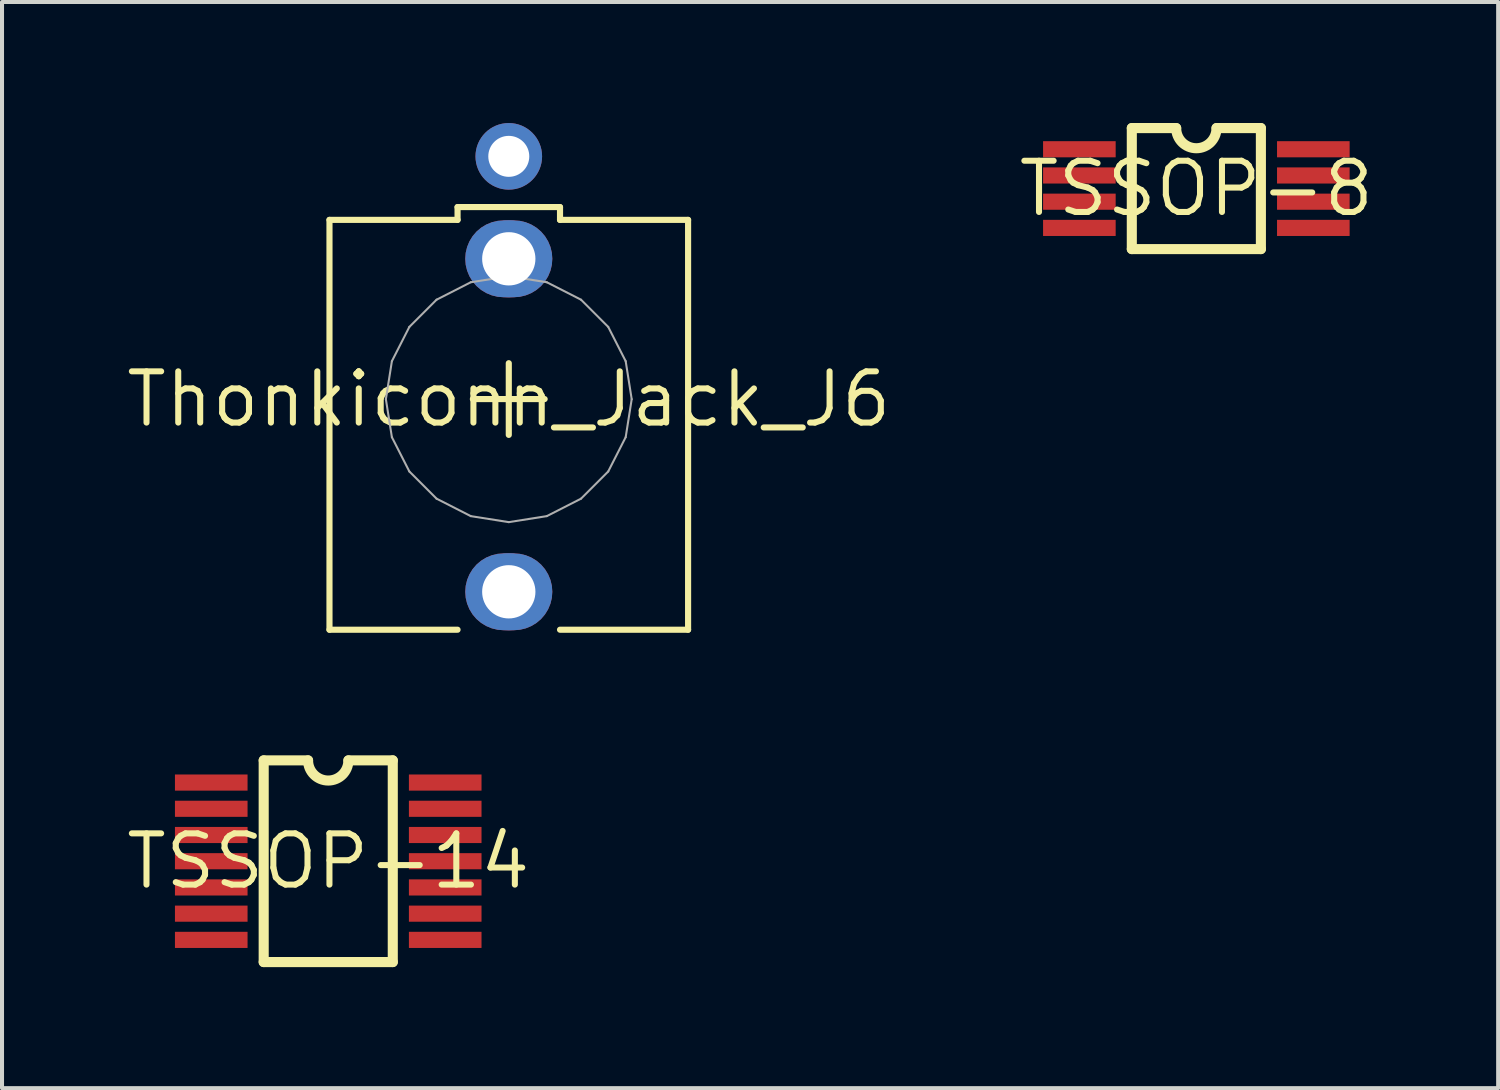
<source format=kicad_pcb>
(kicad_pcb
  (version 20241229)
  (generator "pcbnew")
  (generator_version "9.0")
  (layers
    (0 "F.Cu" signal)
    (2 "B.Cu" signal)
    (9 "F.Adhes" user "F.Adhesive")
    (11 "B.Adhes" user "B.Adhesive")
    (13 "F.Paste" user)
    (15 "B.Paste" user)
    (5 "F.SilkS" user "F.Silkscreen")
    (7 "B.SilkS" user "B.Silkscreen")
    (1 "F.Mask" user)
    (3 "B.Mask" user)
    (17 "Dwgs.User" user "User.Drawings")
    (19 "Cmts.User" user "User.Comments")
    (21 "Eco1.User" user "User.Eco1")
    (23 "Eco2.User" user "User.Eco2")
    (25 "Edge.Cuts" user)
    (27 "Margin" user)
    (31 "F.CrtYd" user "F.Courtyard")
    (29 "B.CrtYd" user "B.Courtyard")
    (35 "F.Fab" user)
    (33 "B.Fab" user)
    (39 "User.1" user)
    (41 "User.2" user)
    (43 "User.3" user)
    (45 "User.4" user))
  (footprint "TSSOP-8"
    (layer "F.Cu")
    (at 26.608 1.625)
    (property "Reference" "TSSOP-8" (at 0 0 0) (layer "F.SilkS") (effects (font (size 1.27 1.27) (thickness 0.15))))
    (fp_line (start -1.6 -1.5) (end -1.6 1.5) (stroke (width 0.25) (type solid)) (layer "F.SilkS"))
    (fp_line (start -1.6 -1.5) (end -0.5 -1.5) (stroke (width 0.25) (type solid)) (layer "F.SilkS"))
    (fp_line (start -1.6 1.5) (end 1.6 1.5) (stroke (width 0.25) (type solid)) (layer "F.SilkS"))
    (fp_line (start 0.5 -1.5) (end 1.6 -1.5) (stroke (width 0.25) (type solid)) (layer "F.SilkS"))
    (fp_line (start 1.6 -1.5) (end 1.6 1.5) (stroke (width 0.25) (type solid)) (layer "F.SilkS"))
    (fp_arc (start 0.5 -1.5) (mid 0 -0.99968) (end -0.5 -1.5) (stroke (width 0.25) (type solid)) (layer "F.SilkS"))
    (pad "1" smd rect (at -2.9 -0.975 90) (size 0.4 1.8) (layers "F.Cu" "F.Mask" "F.Paste"))
    (pad "2" smd rect (at -2.9 -0.325 90) (size 0.4 1.8) (layers "F.Cu" "F.Mask" "F.Paste"))
    (pad "3" smd rect (at -2.9 0.325 90) (size 0.4 1.8) (layers "F.Cu" "F.Mask" "F.Paste"))
    (pad "4" smd rect (at -2.9 0.975 90) (size 0.4 1.8) (layers "F.Cu" "F.Mask" "F.Paste"))
    (pad "5" smd rect (at 2.9 0.975 90) (size 0.4 1.8) (layers "F.Cu" "F.Mask" "F.Paste"))
    (pad "6" smd rect (at 2.9 0.325 90) (size 0.4 1.8) (layers "F.Cu" "F.Mask" "F.Paste"))
    (pad "7" smd rect (at 2.9 -0.325 90) (size 0.4 1.8) (layers "F.Cu" "F.Mask" "F.Paste"))
    (pad "8" smd rect (at 2.9 -0.975 90) (size 0.4 1.8) (layers "F.Cu" "F.Mask" "F.Paste")))
  (footprint "TSSOP-14"
    (layer "F.Cu")
    (at 5.087 18.3)
    (property "Reference" "TSSOP-14" (at 0 0 0) (layer "F.SilkS") (effects (font (size 1.27 1.27) (thickness 0.15))))
    (fp_line (start -1.6 -2.5) (end -1.6 2.5) (stroke (width 0.25) (type solid)) (layer "F.SilkS"))
    (fp_line (start -1.6 -2.5) (end -0.5 -2.5) (stroke (width 0.25) (type solid)) (layer "F.SilkS"))
    (fp_line (start -1.6 2.5) (end 1.6 2.5) (stroke (width 0.25) (type solid)) (layer "F.SilkS"))
    (fp_line (start 0.5 -2.5) (end 1.6 -2.5) (stroke (width 0.25) (type solid)) (layer "F.SilkS"))
    (fp_line (start 1.6 -2.5) (end 1.6 2.5) (stroke (width 0.25) (type solid)) (layer "F.SilkS"))
    (fp_arc (start 0.5 -2.499999) (mid 0 -2.000076) (end -0.5 -2.5) (stroke (width 0.25) (type solid)) (layer "F.SilkS"))
    (pad "1" smd rect (at -2.9 -1.95 90) (size 0.4 1.8) (layers "F.Cu" "F.Mask" "F.Paste"))
    (pad "2" smd rect (at -2.9 -1.3 90) (size 0.4 1.8) (layers "F.Cu" "F.Mask" "F.Paste"))
    (pad "3" smd rect (at -2.9 -0.65 90) (size 0.4 1.8) (layers "F.Cu" "F.Mask" "F.Paste"))
    (pad "4" smd rect (at -2.9 0 90) (size 0.4 1.8) (layers "F.Cu" "F.Mask" "F.Paste"))
    (pad "5" smd rect (at -2.9 0.65 90) (size 0.4 1.8) (layers "F.Cu" "F.Mask" "F.Paste"))
    (pad "6" smd rect (at -2.9 1.3 90) (size 0.4 1.8) (layers "F.Cu" "F.Mask" "F.Paste"))
    (pad "7" smd rect (at -2.9 1.95 90) (size 0.4 1.8) (layers "F.Cu" "F.Mask" "F.Paste"))
    (pad "8" smd rect (at 2.9 1.95 90) (size 0.4 1.8) (layers "F.Cu" "F.Mask" "F.Paste"))
    (pad "9" smd rect (at 2.9 1.3 90) (size 0.4 1.8) (layers "F.Cu" "F.Mask" "F.Paste"))
    (pad "10" smd rect (at 2.9 0.65 90) (size 0.4 1.8) (layers "F.Cu" "F.Mask" "F.Paste"))
    (pad "11" smd rect (at 2.9 0 90) (size 0.4 1.8) (layers "F.Cu" "F.Mask" "F.Paste"))
    (pad "12" smd rect (at 2.9 -0.65 90) (size 0.4 1.8) (layers "F.Cu" "F.Mask" "F.Paste"))
    (pad "13" smd rect (at 2.9 -1.3 90) (size 0.4 1.8) (layers "F.Cu" "F.Mask" "F.Paste"))
    (pad "14" smd rect (at 2.9 -1.95 90) (size 0.4 1.8) (layers "F.Cu" "F.Mask" "F.Paste")))
  (footprint "Thonkiconn_Jack_J6"
    (layer "F.Cu")
    (at 9.563 6.846)
    (property "Reference" "Thonkiconn_Jack_J6" (at 0 0 0) (layer "F.SilkS") (effects (font (size 1.27 1.27) (thickness 0.15))))
    (fp_poly (pts (xy 0.276 -4.421) (xy 0.421 -4.386) (xy 0.559 -4.329) (xy 0.687 -4.251) (xy 0.801 -4.154) (xy 0.898 -4.04) (xy 0.976 -3.912) (xy 1.033 -3.774) (xy 1.068 -3.629) (xy 1.079 -3.48) (xy 1.068 -3.331) (xy 1.033 -3.186) (xy 0.976 -3.048) (xy 0.898 -2.92) (xy 0.801 -2.806) (xy 0.687 -2.709) (xy 0.559 -2.631) (xy 0.421 -2.574) (xy 0.276 -2.539) (xy 0.127 -2.527) (xy -0.127 -2.527) (xy -0.276 -2.539) (xy -0.421 -2.574) (xy -0.559 -2.631) (xy -0.687 -2.709) (xy -0.801 -2.806) (xy -0.898 -2.92) (xy -0.976 -3.048) (xy -1.033 -3.186) (xy -1.068 -3.331) (xy -1.079 -3.48) (xy -1.068 -3.629) (xy -1.033 -3.774) (xy -0.976 -3.912) (xy -0.898 -4.04) (xy -0.801 -4.154) (xy -0.687 -4.251) (xy -0.559 -4.329) (xy -0.421 -4.386) (xy -0.276 -4.421) (xy -0.127 -4.432) (xy 0.127 -4.432)) (stroke (width 0) (type default)) (fill yes) (layer "F.Cu"))
    (fp_poly (pts (xy 0.276 3.834) (xy 0.421 3.869) (xy 0.559 3.926) (xy 0.687 4.004) (xy 0.801 4.101) (xy 0.898 4.215) (xy 0.976 4.343) (xy 1.033 4.481) (xy 1.068 4.626) (xy 1.079 4.775) (xy 1.068 4.924) (xy 1.033 5.069) (xy 0.976 5.207) (xy 0.898 5.335) (xy 0.801 5.449) (xy 0.687 5.546) (xy 0.559 5.624) (xy 0.421 5.681) (xy 0.276 5.716) (xy 0.127 5.728) (xy -0.127 5.728) (xy -0.276 5.716) (xy -0.421 5.681) (xy -0.559 5.624) (xy -0.687 5.546) (xy -0.801 5.449) (xy -0.898 5.335) (xy -0.976 5.207) (xy -1.033 5.069) (xy -1.068 4.924) (xy -1.079 4.775) (xy -1.068 4.626) (xy -1.033 4.481) (xy -0.976 4.343) (xy -0.898 4.215) (xy -0.801 4.101) (xy -0.687 4.004) (xy -0.559 3.926) (xy -0.421 3.869) (xy -0.276 3.834) (xy -0.127 3.823) (xy 0.127 3.823)) (stroke (width 0) (type default)) (fill yes) (layer "F.Cu"))
    (fp_poly (pts (xy 0.292 -4.522) (xy 0.453 -4.483) (xy 0.606 -4.42) (xy 0.748 -4.334) (xy 0.873 -4.226) (xy 0.981 -4.1) (xy 1.067 -3.958) (xy 1.131 -3.806) (xy 1.169 -3.645) (xy 1.182 -3.48) (xy 1.169 -3.315) (xy 1.131 -3.154) (xy 1.067 -3.001) (xy 0.981 -2.859) (xy 0.873 -2.733) (xy 0.748 -2.626) (xy 0.606 -2.54) (xy 0.453 -2.476) (xy 0.292 -2.438) (xy 0.127 -2.425) (xy -0.127 -2.425) (xy -0.292 -2.438) (xy -0.453 -2.476) (xy -0.606 -2.54) (xy -0.748 -2.626) (xy -0.873 -2.733) (xy -0.981 -2.859) (xy -1.067 -3.001) (xy -1.131 -3.154) (xy -1.169 -3.315) (xy -1.182 -3.48) (xy -1.169 -3.645) (xy -1.131 -3.806) (xy -1.067 -3.958) (xy -0.981 -4.1) (xy -0.873 -4.226) (xy -0.748 -4.334) (xy -0.606 -4.42) (xy -0.453 -4.483) (xy -0.292 -4.522) (xy -0.127 -4.535) (xy 0.127 -4.535)) (stroke (width 0) (type default)) (fill yes) (layer "F.Mask"))
    (fp_poly (pts (xy 0.292 3.733) (xy 0.453 3.772) (xy 0.606 3.835) (xy 0.748 3.921) (xy 0.873 4.029) (xy 0.981 4.155) (xy 1.067 4.297) (xy 1.131 4.449) (xy 1.169 4.61) (xy 1.182 4.775) (xy 1.169 4.94) (xy 1.131 5.101) (xy 1.067 5.254) (xy 0.981 5.396) (xy 0.873 5.522) (xy 0.748 5.629) (xy 0.606 5.715) (xy 0.453 5.779) (xy 0.292 5.817) (xy 0.127 5.83) (xy -0.127 5.83) (xy -0.292 5.817) (xy -0.453 5.779) (xy -0.606 5.715) (xy -0.748 5.629) (xy -0.873 5.522) (xy -0.981 5.396) (xy -1.067 5.254) (xy -1.131 5.101) (xy -1.169 4.94) (xy -1.182 4.775) (xy -1.169 4.61) (xy -1.131 4.449) (xy -1.067 4.297) (xy -0.981 4.155) (xy -0.873 4.029) (xy -0.748 3.921) (xy -0.606 3.835) (xy -0.453 3.772) (xy -0.292 3.733) (xy -0.127 3.72) (xy 0.127 3.72)) (stroke (width 0) (type default)) (fill yes) (layer "F.Mask"))
    (fp_poly (pts (xy 0.276 -4.421) (xy 0.421 -4.386) (xy 0.559 -4.329) (xy 0.687 -4.251) (xy 0.801 -4.154) (xy 0.898 -4.04) (xy 0.976 -3.912) (xy 1.033 -3.774) (xy 1.068 -3.629) (xy 1.079 -3.48) (xy 1.068 -3.331) (xy 1.033 -3.186) (xy 0.976 -3.048) (xy 0.898 -2.92) (xy 0.801 -2.806) (xy 0.687 -2.709) (xy 0.559 -2.631) (xy 0.421 -2.574) (xy 0.276 -2.539) (xy 0.127 -2.527) (xy -0.127 -2.527) (xy -0.276 -2.539) (xy -0.421 -2.574) (xy -0.559 -2.631) (xy -0.687 -2.709) (xy -0.801 -2.806) (xy -0.898 -2.92) (xy -0.976 -3.048) (xy -1.033 -3.186) (xy -1.068 -3.331) (xy -1.079 -3.48) (xy -1.068 -3.629) (xy -1.033 -3.774) (xy -0.976 -3.912) (xy -0.898 -4.04) (xy -0.801 -4.154) (xy -0.687 -4.251) (xy -0.559 -4.329) (xy -0.421 -4.386) (xy -0.276 -4.421) (xy -0.127 -4.432) (xy 0.127 -4.432)) (stroke (width 0) (type default)) (fill yes) (layer "B.Cu"))
    (fp_poly (pts (xy 0.276 3.834) (xy 0.421 3.869) (xy 0.559 3.926) (xy 0.687 4.004) (xy 0.801 4.101) (xy 0.898 4.215) (xy 0.976 4.343) (xy 1.033 4.481) (xy 1.068 4.626) (xy 1.079 4.775) (xy 1.068 4.924) (xy 1.033 5.069) (xy 0.976 5.207) (xy 0.898 5.335) (xy 0.801 5.449) (xy 0.687 5.546) (xy 0.559 5.624) (xy 0.421 5.681) (xy 0.276 5.716) (xy 0.127 5.728) (xy -0.127 5.728) (xy -0.276 5.716) (xy -0.421 5.681) (xy -0.559 5.624) (xy -0.687 5.546) (xy -0.801 5.449) (xy -0.898 5.335) (xy -0.976 5.207) (xy -1.033 5.069) (xy -1.068 4.924) (xy -1.079 4.775) (xy -1.068 4.626) (xy -1.033 4.481) (xy -0.976 4.343) (xy -0.898 4.215) (xy -0.801 4.101) (xy -0.687 4.004) (xy -0.559 3.926) (xy -0.421 3.869) (xy -0.276 3.834) (xy -0.127 3.823) (xy 0.127 3.823)) (stroke (width 0) (type default)) (fill yes) (layer "B.Cu"))
    (fp_poly (pts (xy 0.292 -4.522) (xy 0.453 -4.483) (xy 0.606 -4.42) (xy 0.748 -4.334) (xy 0.873 -4.226) (xy 0.981 -4.1) (xy 1.067 -3.958) (xy 1.131 -3.806) (xy 1.169 -3.645) (xy 1.182 -3.48) (xy 1.169 -3.315) (xy 1.131 -3.154) (xy 1.067 -3.001) (xy 0.981 -2.859) (xy 0.873 -2.733) (xy 0.748 -2.626) (xy 0.606 -2.54) (xy 0.453 -2.476) (xy 0.292 -2.438) (xy 0.127 -2.425) (xy -0.127 -2.425) (xy -0.292 -2.438) (xy -0.453 -2.476) (xy -0.606 -2.54) (xy -0.748 -2.626) (xy -0.873 -2.733) (xy -0.981 -2.859) (xy -1.067 -3.001) (xy -1.131 -3.154) (xy -1.169 -3.315) (xy -1.182 -3.48) (xy -1.169 -3.645) (xy -1.131 -3.806) (xy -1.067 -3.958) (xy -0.981 -4.1) (xy -0.873 -4.226) (xy -0.748 -4.334) (xy -0.606 -4.42) (xy -0.453 -4.483) (xy -0.292 -4.522) (xy -0.127 -4.535) (xy 0.127 -4.535)) (stroke (width 0) (type default)) (fill yes) (layer "B.Mask"))
    (fp_poly (pts (xy 0.292 3.733) (xy 0.453 3.772) (xy 0.606 3.835) (xy 0.748 3.921) (xy 0.873 4.029) (xy 0.981 4.155) (xy 1.067 4.297) (xy 1.131 4.449) (xy 1.169 4.61) (xy 1.182 4.775) (xy 1.169 4.94) (xy 1.131 5.101) (xy 1.067 5.254) (xy 0.981 5.396) (xy 0.873 5.522) (xy 0.748 5.629) (xy 0.606 5.715) (xy 0.453 5.779) (xy 0.292 5.817) (xy 0.127 5.83) (xy -0.127 5.83) (xy -0.292 5.817) (xy -0.453 5.779) (xy -0.606 5.715) (xy -0.748 5.629) (xy -0.873 5.522) (xy -0.981 5.396) (xy -1.067 5.254) (xy -1.131 5.101) (xy -1.169 4.94) (xy -1.182 4.775) (xy -1.169 4.61) (xy -1.131 4.449) (xy -1.067 4.297) (xy -0.981 4.155) (xy -0.873 4.029) (xy -0.748 3.921) (xy -0.606 3.835) (xy -0.453 3.772) (xy -0.292 3.733) (xy -0.127 3.72) (xy 0.127 3.72)) (stroke (width 0) (type default)) (fill yes) (layer "B.Mask"))
    (fp_line (start -4.445 -4.445) (end -4.445 5.715) (stroke (width 0.152) (type solid)) (layer "F.SilkS"))
    (fp_line (start -1.27 -4.762) (end 1.27 -4.762) (stroke (width 0.152) (type solid)) (layer "F.SilkS"))
    (fp_line (start -1.27 -4.445) (end -4.445 -4.445) (stroke (width 0.152) (type solid)) (layer "F.SilkS"))
    (fp_line (start -1.27 -4.445) (end -1.27 -4.762) (stroke (width 0.152) (type solid)) (layer "F.SilkS"))
    (fp_line (start -1.27 5.715) (end -4.445 5.715) (stroke (width 0.152) (type solid)) (layer "F.SilkS"))
    (fp_line (start -0.89 -0.003) (end 0.889 -0.003) (stroke (width 0.152) (type solid)) (layer "F.SilkS"))
    (fp_line (start 0 0.885) (end 0 -0.892) (stroke (width 0.152) (type solid)) (layer "F.SilkS"))
    (fp_line (start 1.27 -4.762) (end 1.27 -4.445) (stroke (width 0.152) (type solid)) (layer "F.SilkS"))
    (fp_line (start 1.27 -4.445) (end 4.445 -4.445) (stroke (width 0.152) (type solid)) (layer "F.SilkS"))
    (fp_line (start 1.27 5.715) (end 4.445 5.715) (stroke (width 0.152) (type solid)) (layer "F.SilkS"))
    (fp_line (start 4.445 5.715) (end 4.445 -4.445) (stroke (width 0.152) (type solid)) (layer "F.SilkS"))
    (fp_line (start -3.047 0) (end -2.898 0.942) (stroke (width 0.051) (type solid)) (layer "F.Fab"))
    (fp_line (start -2.898 -0.942) (end -3.047 0) (stroke (width 0.051) (type solid)) (layer "F.Fab"))
    (fp_line (start -2.898 0.942) (end -2.465 1.792) (stroke (width 0.051) (type solid)) (layer "F.Fab"))
    (fp_line (start -2.465 -1.792) (end -2.898 -0.942) (stroke (width 0.051) (type solid)) (layer "F.Fab"))
    (fp_line (start -2.465 1.792) (end -1.791 2.466) (stroke (width 0.051) (type solid)) (layer "F.Fab"))
    (fp_line (start -1.791 -2.466) (end -2.465 -1.792) (stroke (width 0.051) (type solid)) (layer "F.Fab"))
    (fp_line (start -1.791 2.466) (end -0.942 2.899) (stroke (width 0.051) (type solid)) (layer "F.Fab"))
    (fp_line (start -0.942 -2.899) (end -1.791 -2.466) (stroke (width 0.051) (type solid)) (layer "F.Fab"))
    (fp_line (start -0.942 2.899) (end 0 3.048) (stroke (width 0.051) (type solid)) (layer "F.Fab"))
    (fp_line (start 0 -3.048) (end -0.942 -2.899) (stroke (width 0.051) (type solid)) (layer "F.Fab"))
    (fp_line (start 0 3.048) (end 0.942 2.899) (stroke (width 0.051) (type solid)) (layer "F.Fab"))
    (fp_line (start 0.942 -2.899) (end 0 -3.048) (stroke (width 0.051) (type solid)) (layer "F.Fab"))
    (fp_line (start 0.942 2.899) (end 1.791 2.466) (stroke (width 0.051) (type solid)) (layer "F.Fab"))
    (fp_line (start 1.791 -2.466) (end 0.942 -2.899) (stroke (width 0.051) (type solid)) (layer "F.Fab"))
    (fp_line (start 1.791 2.466) (end 2.465 1.792) (stroke (width 0.051) (type solid)) (layer "F.Fab"))
    (fp_line (start 2.465 -1.792) (end 1.791 -2.466) (stroke (width 0.051) (type solid)) (layer "F.Fab"))
    (fp_line (start 2.465 1.792) (end 2.898 0.942) (stroke (width 0.051) (type solid)) (layer "F.Fab"))
    (fp_line (start 2.898 -0.942) (end 2.465 -1.792) (stroke (width 0.051) (type solid)) (layer "F.Fab"))
    (fp_line (start 2.898 0.942) (end 3.047 0) (stroke (width 0.051) (type solid)) (layer "F.Fab"))
    (fp_line (start 3.047 0) (end 2.898 -0.942) (stroke (width 0.051) (type solid)) (layer "F.Fab"))
    (pad "1" thru_hole circle (at 0 -3.48) (size 1.905 1.905) (drill 1.321) (layers "*.Cu"))
    (pad "2" thru_hole circle (at 0 4.775) (size 1.905 1.905) (drill 1.321) (layers "*.Cu"))
    (pad "3" thru_hole circle (at 0 -6.02) (size 1.651 1.651) (drill 1.016) (layers "*.Cu" "*.Mask"))
    (zone (net_name "") (layer "F.Cu") (hatch edge 0.5) (connect_pads) (min_thickness 0.25) (filled_areas_thickness no) (keepout (tracks not_allowed) (vias not_allowed) (pads not_allowed) (copperpour not_allowed) (footprints allowed)) (placement (enabled no)) (fill) (polygon (pts (xy 10.805 6.845) (xy 10.785 6.623) (xy 10.725 6.408) (xy 10.629 6.207) (xy 10.498 6.027) (xy 10.337 5.873) (xy 10.151 5.751) (xy 9.946 5.663) (xy 9.729 5.614) (xy 9.507 5.604) (xy 9.286 5.634) (xy 9.074 5.702) (xy 8.878 5.808) (xy 8.704 5.947) (xy 8.558 6.114) (xy 8.444 6.306) (xy 8.365 6.514) (xy 8.326 6.733) (xy 8.326 6.956) (xy 8.365 7.175) (xy 8.444 7.383) (xy 8.558 7.575) (xy 8.704 7.742) (xy 8.878 7.881) (xy 9.074 7.987) (xy 9.286 8.055) (xy 9.507 8.085) (xy 9.729 8.075) (xy 9.946 8.026) (xy 10.151 7.938) (xy 10.337 7.816) (xy 10.498 7.662) (xy 10.629 7.482) (xy 10.725 7.281) (xy 10.785 7.066))) (polygon (pts (xy 10.555 6.845) (xy 10.534 6.645) (xy 10.474 6.453) (xy 10.377 6.278) (xy 10.246 6.126) (xy 10.087 6.003) (xy 9.907 5.914) (xy 9.713 5.864) (xy 9.512 5.854) (xy 9.314 5.884) (xy 9.126 5.954) (xy 8.955 6.06) (xy 8.81 6.198) (xy 8.695 6.363) (xy 8.616 6.548) (xy 8.576 6.744) (xy 8.576 6.945) (xy 8.616 7.141) (xy 8.695 7.326) (xy 8.81 7.491) (xy 8.955 7.629) (xy 9.126 7.735) (xy 9.314 7.805) (xy 9.512 7.835) (xy 9.713 7.825) (xy 9.907 7.775) (xy 10.087 7.686) (xy 10.246 7.563) (xy 10.377 7.411) (xy 10.474 7.236) (xy 10.534 7.044)))))
  (gr_rect
    (start -3 -3)
    (end 34.09 23.925)
    (stroke (width 0.1) (type default))
    (fill no)
    (layer "Edge.Cuts")))
</source>
